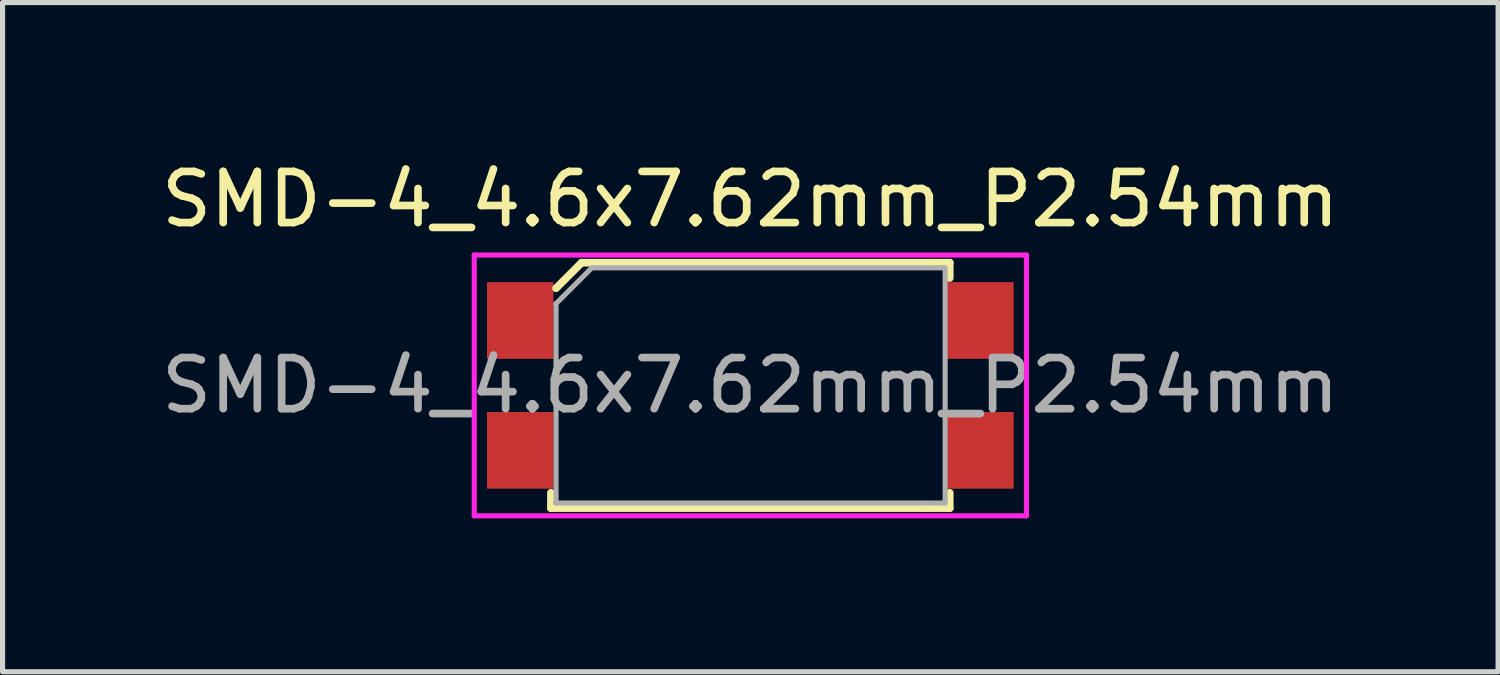
<source format=kicad_pcb>
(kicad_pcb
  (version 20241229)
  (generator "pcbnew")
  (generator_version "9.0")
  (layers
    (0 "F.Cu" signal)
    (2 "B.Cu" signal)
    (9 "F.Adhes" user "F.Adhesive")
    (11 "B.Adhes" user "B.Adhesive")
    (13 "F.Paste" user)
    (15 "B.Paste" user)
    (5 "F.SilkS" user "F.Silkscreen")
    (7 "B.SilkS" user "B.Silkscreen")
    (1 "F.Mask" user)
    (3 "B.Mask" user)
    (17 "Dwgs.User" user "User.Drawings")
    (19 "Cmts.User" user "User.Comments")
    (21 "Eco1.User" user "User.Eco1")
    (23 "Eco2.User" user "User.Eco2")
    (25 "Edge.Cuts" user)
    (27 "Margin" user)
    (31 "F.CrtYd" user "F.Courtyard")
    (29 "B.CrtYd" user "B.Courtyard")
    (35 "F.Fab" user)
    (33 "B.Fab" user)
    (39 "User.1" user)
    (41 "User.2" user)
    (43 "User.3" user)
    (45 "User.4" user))
  (footprint "SMD-4_4.6x7.62mm_P2.54mm"
    (layer "F.Cu")
    (at 11.625 4.488)
    (property "Reference" "SMD-4_4.6x7.62mm_P2.54mm" (at 0 -3.64 0) (layer "F.SilkS") (effects (font (size 1 1) (thickness 0.15))))
    (attr through_hole)
    (fp_line (start -3.9 2.1) (end -3.9 2.4) (stroke (width 0.15) (type solid)) (layer "F.SilkS"))
    (fp_line (start -3.9 2.4) (end 3.5 2.4) (stroke (width 0.15) (type solid)) (layer "F.SilkS"))
    (fp_line (start -3.8 -1.9) (end -3.3 -2.4) (stroke (width 0.15) (type solid)) (layer "F.SilkS"))
    (fp_line (start -3.3 -2.4) (end 3.6 -2.4) (stroke (width 0.15) (type solid)) (layer "F.SilkS"))
    (fp_line (start 3.9 -2.4) (end 3.6 -2.4) (stroke (width 0.15) (type solid)) (layer "F.SilkS"))
    (fp_line (start 3.9 -2.1) (end 3.9 -2.4) (stroke (width 0.15) (type solid)) (layer "F.SilkS"))
    (fp_line (start 3.9 2.1) (end 3.9 2.4) (stroke (width 0.15) (type solid)) (layer "F.SilkS"))
    (fp_line (start 3.9 2.4) (end 3.5 2.4) (stroke (width 0.15) (type solid)) (layer "F.SilkS"))
    (fp_line (start -5.4 -2.55) (end 5.4 -2.55) (stroke (width 0.1) (type solid)) (layer "F.CrtYd"))
    (fp_line (start -5.4 2.55) (end -5.4 -2.55) (stroke (width 0.1) (type solid)) (layer "F.CrtYd"))
    (fp_line (start -5.4 2.55) (end 5.4 2.55) (stroke (width 0.1) (type solid)) (layer "F.CrtYd"))
    (fp_line (start 5.4 -2.55) (end 5.4 2.55) (stroke (width 0.1) (type solid)) (layer "F.CrtYd"))
    (fp_line (start -3.81 2.3) (end 3.81 2.3) (stroke (width 0.1) (type solid)) (layer "F.Fab"))
    (fp_line (start -3.8 -1.6) (end -3.8 2.3) (stroke (width 0.1) (type solid)) (layer "F.Fab"))
    (fp_line (start -3.8 -1.6) (end -3.1 -2.3) (stroke (width 0.1) (type solid)) (layer "F.Fab"))
    (fp_line (start -3.1 -2.3) (end 3.8 -2.3) (stroke (width 0.1) (type solid)) (layer "F.Fab"))
    (fp_line (start 3.81 -2.3) (end 3.81 2.3) (stroke (width 0.1) (type solid)) (layer "F.Fab"))
    (fp_text user "${REFERENCE}" (at 0 0 0) (layer "F.Fab") (effects (font (size 1 1) (thickness 0.15))))
    (pad "1" smd rect (at -4.5 -1.27) (size 1.3 1.5) (layers "F.Cu" "F.Mask" "F.Paste"))
    (pad "2" smd rect (at -4.5 1.27) (size 1.3 1.5) (layers "F.Cu" "F.Mask" "F.Paste"))
    (pad "3" smd rect (at 4.5 1.27) (size 1.3 1.5) (layers "F.Cu" "F.Mask" "F.Paste"))
    (pad "4" smd rect (at 4.5 -1.27) (size 1.3 1.5) (layers "F.Cu" "F.Mask" "F.Paste")))
  (gr_rect
    (start -3 -3)
    (end 26.25 10.088)
    (stroke (width 0.1) (type default))
    (fill no)
    (layer "Edge.Cuts")))
</source>
